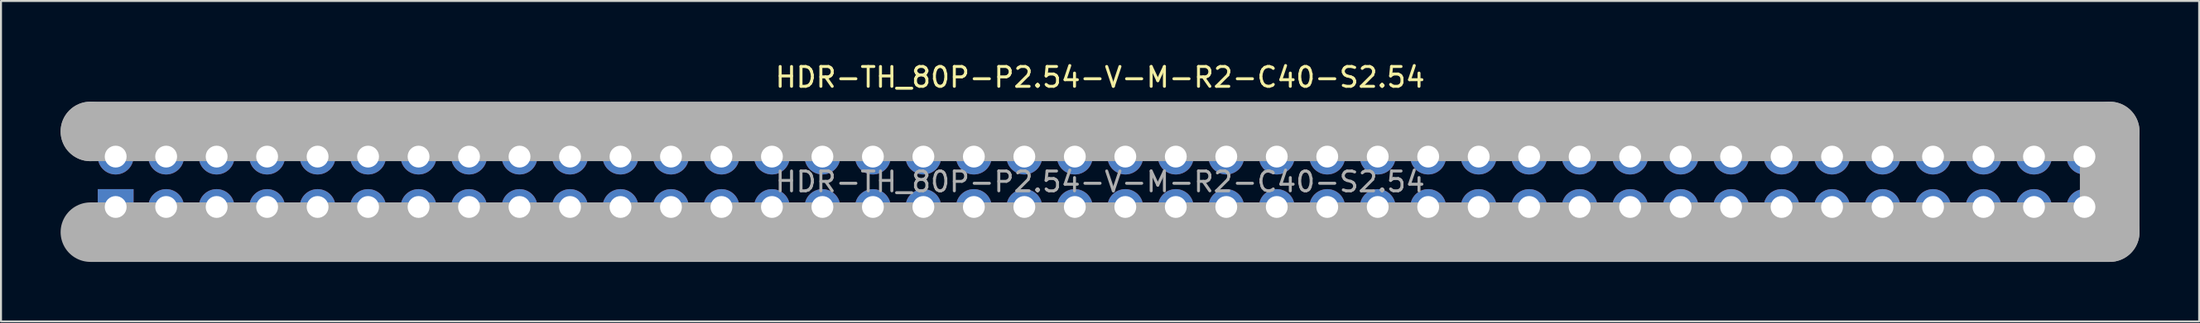
<source format=kicad_pcb>
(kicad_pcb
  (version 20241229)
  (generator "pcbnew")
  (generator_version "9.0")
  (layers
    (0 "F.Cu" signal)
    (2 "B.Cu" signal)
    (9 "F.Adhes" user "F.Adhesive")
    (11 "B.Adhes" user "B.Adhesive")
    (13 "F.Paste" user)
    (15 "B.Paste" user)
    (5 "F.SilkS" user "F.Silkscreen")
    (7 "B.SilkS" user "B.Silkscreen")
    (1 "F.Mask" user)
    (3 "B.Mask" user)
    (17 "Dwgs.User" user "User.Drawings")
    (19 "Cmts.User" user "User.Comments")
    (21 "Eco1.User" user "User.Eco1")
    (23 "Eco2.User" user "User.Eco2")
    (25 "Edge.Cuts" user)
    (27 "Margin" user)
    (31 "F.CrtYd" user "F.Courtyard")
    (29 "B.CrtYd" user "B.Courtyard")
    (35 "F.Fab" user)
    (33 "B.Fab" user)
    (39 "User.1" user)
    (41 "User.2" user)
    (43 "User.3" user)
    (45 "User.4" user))
  (footprint "HDR-TH_80P-P2.54-V-M-R2-C40-S2.54"
    (layer "F.Cu")
    (at 52.3 6.118)
    (property "Reference" "HDR-TH_80P-P2.54-V-M-R2-C40-S2.54" (at 0 -5.27 0) (layer "F.SilkS") (effects (font (size 1 1) (thickness 0.15))))
    (attr through_hole)
    (fp_line (start -50.8 -2.54) (end -50.8 -2.54) (stroke (width 3) (type solid)) (layer "F.Fab"))
    (fp_line (start -50.8 -2.54) (end 50.8 -2.54) (stroke (width 3) (type solid)) (layer "F.Fab"))
    (fp_line (start 50.8 -2.54) (end 50.8 2.54) (stroke (width 3) (type solid)) (layer "F.Fab"))
    (fp_line (start 50.8 2.54) (end -50.8 2.54) (stroke (width 3) (type solid)) (layer "F.Fab"))
    (fp_circle (center -50.93 2.67) (end -50.9 2.67) (stroke (width 0.06) (type solid)) (fill no) (layer "F.Fab"))
    (fp_text user "${REFERENCE}" (at 0 0 0) (layer "F.Fab") (effects (font (size 1 1) (thickness 0.15))))
    (pad "1" thru_hole rect (at -49.53 1.27) (size 1.8 1.8) (drill 1.1) (layers "*.Cu" "*.Paste" "*.Mask"))
    (pad "2" thru_hole circle (at -49.53 -1.27) (size 1.8 1.8) (drill 1.1) (layers "*.Cu" "*.Paste" "*.Mask"))
    (pad "3" thru_hole circle (at -46.99 1.27) (size 1.8 1.8) (drill 1.1) (layers "*.Cu" "*.Paste" "*.Mask"))
    (pad "4" thru_hole circle (at -46.99 -1.27) (size 1.8 1.8) (drill 1.1) (layers "*.Cu" "*.Paste" "*.Mask"))
    (pad "5" thru_hole circle (at -44.45 1.27) (size 1.8 1.8) (drill 1.1) (layers "*.Cu" "*.Paste" "*.Mask"))
    (pad "6" thru_hole circle (at -44.45 -1.27) (size 1.8 1.8) (drill 1.1) (layers "*.Cu" "*.Paste" "*.Mask"))
    (pad "7" thru_hole circle (at -41.91 1.27) (size 1.8 1.8) (drill 1.1) (layers "*.Cu" "*.Paste" "*.Mask"))
    (pad "8" thru_hole circle (at -41.91 -1.27) (size 1.8 1.8) (drill 1.1) (layers "*.Cu" "*.Paste" "*.Mask"))
    (pad "9" thru_hole circle (at -39.37 1.27) (size 1.8 1.8) (drill 1.1) (layers "*.Cu" "*.Paste" "*.Mask"))
    (pad "10" thru_hole circle (at -39.37 -1.27) (size 1.8 1.8) (drill 1.1) (layers "*.Cu" "*.Paste" "*.Mask"))
    (pad "11" thru_hole circle (at -36.83 1.27) (size 1.8 1.8) (drill 1.1) (layers "*.Cu" "*.Paste" "*.Mask"))
    (pad "12" thru_hole circle (at -36.83 -1.27) (size 1.8 1.8) (drill 1.1) (layers "*.Cu" "*.Paste" "*.Mask"))
    (pad "13" thru_hole circle (at -34.29 1.27) (size 1.8 1.8) (drill 1.1) (layers "*.Cu" "*.Paste" "*.Mask"))
    (pad "14" thru_hole circle (at -34.29 -1.27) (size 1.8 1.8) (drill 1.1) (layers "*.Cu" "*.Paste" "*.Mask"))
    (pad "15" thru_hole circle (at -31.75 1.27) (size 1.8 1.8) (drill 1.1) (layers "*.Cu" "*.Paste" "*.Mask"))
    (pad "16" thru_hole circle (at -31.75 -1.27) (size 1.8 1.8) (drill 1.1) (layers "*.Cu" "*.Paste" "*.Mask"))
    (pad "17" thru_hole circle (at -29.21 1.27) (size 1.8 1.8) (drill 1.1) (layers "*.Cu" "*.Paste" "*.Mask"))
    (pad "18" thru_hole circle (at -29.21 -1.27) (size 1.8 1.8) (drill 1.1) (layers "*.Cu" "*.Paste" "*.Mask"))
    (pad "19" thru_hole circle (at -26.67 1.27) (size 1.8 1.8) (drill 1.1) (layers "*.Cu" "*.Paste" "*.Mask"))
    (pad "20" thru_hole circle (at -26.67 -1.27) (size 1.8 1.8) (drill 1.1) (layers "*.Cu" "*.Paste" "*.Mask"))
    (pad "21" thru_hole circle (at -24.13 1.27) (size 1.8 1.8) (drill 1.1) (layers "*.Cu" "*.Paste" "*.Mask"))
    (pad "22" thru_hole circle (at -24.13 -1.27) (size 1.8 1.8) (drill 1.1) (layers "*.Cu" "*.Paste" "*.Mask"))
    (pad "23" thru_hole circle (at -21.59 1.27) (size 1.8 1.8) (drill 1.1) (layers "*.Cu" "*.Paste" "*.Mask"))
    (pad "24" thru_hole circle (at -21.59 -1.27) (size 1.8 1.8) (drill 1.1) (layers "*.Cu" "*.Paste" "*.Mask"))
    (pad "25" thru_hole circle (at -19.05 1.27) (size 1.8 1.8) (drill 1.1) (layers "*.Cu" "*.Paste" "*.Mask"))
    (pad "26" thru_hole circle (at -19.05 -1.27) (size 1.8 1.8) (drill 1.1) (layers "*.Cu" "*.Paste" "*.Mask"))
    (pad "27" thru_hole circle (at -16.51 1.27) (size 1.8 1.8) (drill 1.1) (layers "*.Cu" "*.Paste" "*.Mask"))
    (pad "28" thru_hole circle (at -16.51 -1.27) (size 1.8 1.8) (drill 1.1) (layers "*.Cu" "*.Paste" "*.Mask"))
    (pad "29" thru_hole circle (at -13.97 1.27) (size 1.8 1.8) (drill 1.1) (layers "*.Cu" "*.Paste" "*.Mask"))
    (pad "30" thru_hole circle (at -13.97 -1.27) (size 1.8 1.8) (drill 1.1) (layers "*.Cu" "*.Paste" "*.Mask"))
    (pad "31" thru_hole circle (at -11.43 1.27) (size 1.8 1.8) (drill 1.1) (layers "*.Cu" "*.Paste" "*.Mask"))
    (pad "32" thru_hole circle (at -11.43 -1.27) (size 1.8 1.8) (drill 1.1) (layers "*.Cu" "*.Paste" "*.Mask"))
    (pad "33" thru_hole circle (at -8.89 1.27) (size 1.8 1.8) (drill 1.1) (layers "*.Cu" "*.Paste" "*.Mask"))
    (pad "34" thru_hole circle (at -8.89 -1.27) (size 1.8 1.8) (drill 1.1) (layers "*.Cu" "*.Paste" "*.Mask"))
    (pad "35" thru_hole circle (at -6.35 1.27) (size 1.8 1.8) (drill 1.1) (layers "*.Cu" "*.Paste" "*.Mask"))
    (pad "36" thru_hole circle (at -6.35 -1.27) (size 1.8 1.8) (drill 1.1) (layers "*.Cu" "*.Paste" "*.Mask"))
    (pad "37" thru_hole circle (at -3.81 1.27) (size 1.8 1.8) (drill 1.1) (layers "*.Cu" "*.Paste" "*.Mask"))
    (pad "38" thru_hole circle (at -3.81 -1.27) (size 1.8 1.8) (drill 1.1) (layers "*.Cu" "*.Paste" "*.Mask"))
    (pad "39" thru_hole circle (at -1.27 1.27) (size 1.8 1.8) (drill 1.1) (layers "*.Cu" "*.Paste" "*.Mask"))
    (pad "40" thru_hole circle (at -1.27 -1.27) (size 1.8 1.8) (drill 1.1) (layers "*.Cu" "*.Paste" "*.Mask"))
    (pad "41" thru_hole circle (at 1.27 1.27) (size 1.8 1.8) (drill 1.1) (layers "*.Cu" "*.Paste" "*.Mask"))
    (pad "42" thru_hole circle (at 1.27 -1.27) (size 1.8 1.8) (drill 1.1) (layers "*.Cu" "*.Paste" "*.Mask"))
    (pad "43" thru_hole circle (at 3.81 1.27) (size 1.8 1.8) (drill 1.1) (layers "*.Cu" "*.Paste" "*.Mask"))
    (pad "44" thru_hole circle (at 3.81 -1.27) (size 1.8 1.8) (drill 1.1) (layers "*.Cu" "*.Paste" "*.Mask"))
    (pad "45" thru_hole circle (at 6.35 1.27) (size 1.8 1.8) (drill 1.1) (layers "*.Cu" "*.Paste" "*.Mask"))
    (pad "46" thru_hole circle (at 6.35 -1.27) (size 1.8 1.8) (drill 1.1) (layers "*.Cu" "*.Paste" "*.Mask"))
    (pad "47" thru_hole circle (at 8.89 1.27) (size 1.8 1.8) (drill 1.1) (layers "*.Cu" "*.Paste" "*.Mask"))
    (pad "48" thru_hole circle (at 8.89 -1.27) (size 1.8 1.8) (drill 1.1) (layers "*.Cu" "*.Paste" "*.Mask"))
    (pad "49" thru_hole circle (at 11.43 1.27) (size 1.8 1.8) (drill 1.1) (layers "*.Cu" "*.Paste" "*.Mask"))
    (pad "50" thru_hole circle (at 11.43 -1.27) (size 1.8 1.8) (drill 1.1) (layers "*.Cu" "*.Paste" "*.Mask"))
    (pad "51" thru_hole circle (at 13.97 1.27) (size 1.8 1.8) (drill 1.1) (layers "*.Cu" "*.Paste" "*.Mask"))
    (pad "52" thru_hole circle (at 13.97 -1.27) (size 1.8 1.8) (drill 1.1) (layers "*.Cu" "*.Paste" "*.Mask"))
    (pad "53" thru_hole circle (at 16.51 1.27) (size 1.8 1.8) (drill 1.1) (layers "*.Cu" "*.Paste" "*.Mask"))
    (pad "54" thru_hole circle (at 16.51 -1.27) (size 1.8 1.8) (drill 1.1) (layers "*.Cu" "*.Paste" "*.Mask"))
    (pad "55" thru_hole circle (at 19.05 1.27) (size 1.8 1.8) (drill 1.1) (layers "*.Cu" "*.Paste" "*.Mask"))
    (pad "56" thru_hole circle (at 19.05 -1.27) (size 1.8 1.8) (drill 1.1) (layers "*.Cu" "*.Paste" "*.Mask"))
    (pad "57" thru_hole circle (at 21.59 1.27) (size 1.8 1.8) (drill 1.1) (layers "*.Cu" "*.Paste" "*.Mask"))
    (pad "58" thru_hole circle (at 21.59 -1.27) (size 1.8 1.8) (drill 1.1) (layers "*.Cu" "*.Paste" "*.Mask"))
    (pad "59" thru_hole circle (at 24.13 1.27) (size 1.8 1.8) (drill 1.1) (layers "*.Cu" "*.Paste" "*.Mask"))
    (pad "60" thru_hole circle (at 24.13 -1.27) (size 1.8 1.8) (drill 1.1) (layers "*.Cu" "*.Paste" "*.Mask"))
    (pad "61" thru_hole circle (at 26.67 1.27) (size 1.8 1.8) (drill 1.1) (layers "*.Cu" "*.Paste" "*.Mask"))
    (pad "62" thru_hole circle (at 26.67 -1.27) (size 1.8 1.8) (drill 1.1) (layers "*.Cu" "*.Paste" "*.Mask"))
    (pad "63" thru_hole circle (at 29.21 1.27) (size 1.8 1.8) (drill 1.1) (layers "*.Cu" "*.Paste" "*.Mask"))
    (pad "64" thru_hole circle (at 29.21 -1.27) (size 1.8 1.8) (drill 1.1) (layers "*.Cu" "*.Paste" "*.Mask"))
    (pad "65" thru_hole circle (at 31.75 1.27) (size 1.8 1.8) (drill 1.1) (layers "*.Cu" "*.Paste" "*.Mask"))
    (pad "66" thru_hole circle (at 31.75 -1.27) (size 1.8 1.8) (drill 1.1) (layers "*.Cu" "*.Paste" "*.Mask"))
    (pad "67" thru_hole circle (at 34.29 1.27) (size 1.8 1.8) (drill 1.1) (layers "*.Cu" "*.Paste" "*.Mask"))
    (pad "68" thru_hole circle (at 34.29 -1.27) (size 1.8 1.8) (drill 1.1) (layers "*.Cu" "*.Paste" "*.Mask"))
    (pad "69" thru_hole circle (at 36.83 1.27) (size 1.8 1.8) (drill 1.1) (layers "*.Cu" "*.Paste" "*.Mask"))
    (pad "70" thru_hole circle (at 36.83 -1.27) (size 1.8 1.8) (drill 1.1) (layers "*.Cu" "*.Paste" "*.Mask"))
    (pad "71" thru_hole circle (at 39.37 1.27) (size 1.8 1.8) (drill 1.1) (layers "*.Cu" "*.Paste" "*.Mask"))
    (pad "72" thru_hole circle (at 39.37 -1.27) (size 1.8 1.8) (drill 1.1) (layers "*.Cu" "*.Paste" "*.Mask"))
    (pad "73" thru_hole circle (at 41.91 1.27) (size 1.8 1.8) (drill 1.1) (layers "*.Cu" "*.Paste" "*.Mask"))
    (pad "74" thru_hole circle (at 41.91 -1.27) (size 1.8 1.8) (drill 1.1) (layers "*.Cu" "*.Paste" "*.Mask"))
    (pad "75" thru_hole circle (at 44.45 1.27) (size 1.8 1.8) (drill 1.1) (layers "*.Cu" "*.Paste" "*.Mask"))
    (pad "76" thru_hole circle (at 44.45 -1.27) (size 1.8 1.8) (drill 1.1) (layers "*.Cu" "*.Paste" "*.Mask"))
    (pad "77" thru_hole circle (at 46.99 1.27) (size 1.8 1.8) (drill 1.1) (layers "*.Cu" "*.Paste" "*.Mask"))
    (pad "78" thru_hole circle (at 46.99 -1.27) (size 1.8 1.8) (drill 1.1) (layers "*.Cu" "*.Paste" "*.Mask"))
    (pad "79" thru_hole circle (at 49.53 1.27) (size 1.8 1.8) (drill 1.1) (layers "*.Cu" "*.Paste" "*.Mask"))
    (pad "80" thru_hole circle (at 49.53 -1.27) (size 1.8 1.8) (drill 1.1) (layers "*.Cu" "*.Paste" "*.Mask")))
  (gr_rect
    (start -3 -3)
    (end 107.6 13.158)
    (stroke (width 0.1) (type default))
    (fill no)
    (layer "Edge.Cuts")))
</source>
